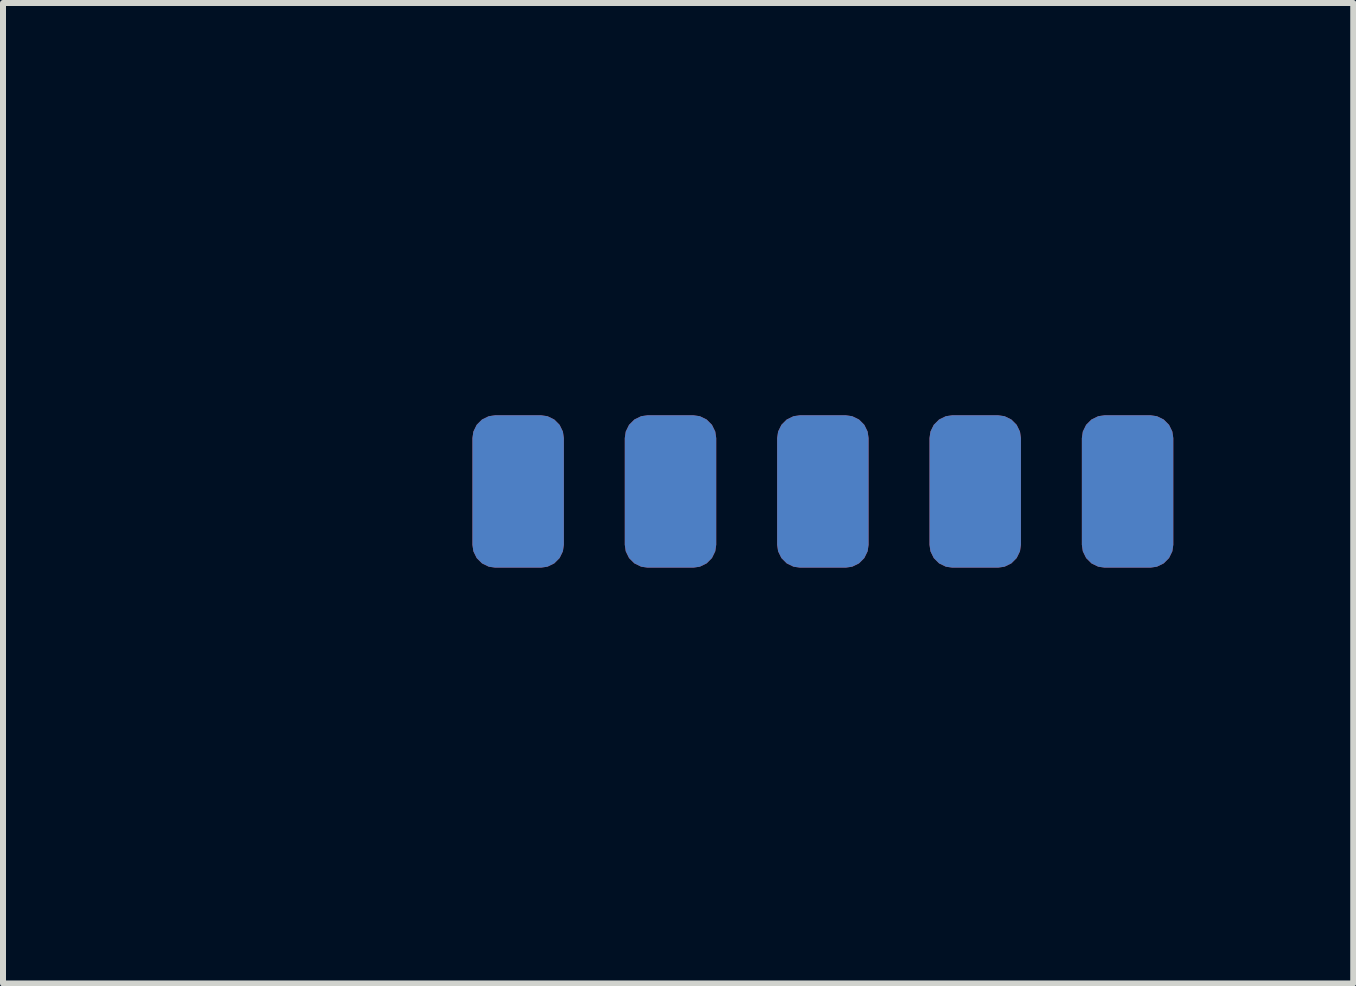
<source format=kicad_pcb>
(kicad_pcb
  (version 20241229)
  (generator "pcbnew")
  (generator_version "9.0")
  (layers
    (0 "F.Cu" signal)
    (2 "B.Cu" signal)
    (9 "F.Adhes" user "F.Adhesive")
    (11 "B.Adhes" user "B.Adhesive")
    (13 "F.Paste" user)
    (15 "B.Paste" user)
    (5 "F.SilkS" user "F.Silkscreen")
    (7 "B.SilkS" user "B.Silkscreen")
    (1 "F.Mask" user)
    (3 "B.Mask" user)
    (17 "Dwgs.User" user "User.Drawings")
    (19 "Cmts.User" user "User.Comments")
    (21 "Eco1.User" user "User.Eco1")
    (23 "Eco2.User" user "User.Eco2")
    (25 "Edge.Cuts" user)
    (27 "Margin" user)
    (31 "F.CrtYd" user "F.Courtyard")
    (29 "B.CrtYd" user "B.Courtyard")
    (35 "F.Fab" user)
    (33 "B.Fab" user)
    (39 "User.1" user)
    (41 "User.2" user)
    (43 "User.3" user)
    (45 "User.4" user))
  (footprint "DAPLink-port"
    (layer "F.Cu")
    (at 5.588 5.143)
    (property "Reference" "DAPLink-port" (at -4.74 0.03 270) (layer "Eco2.User") (effects (font (size 1 1) (thickness 0.15))))
    (attr through_hole)
    (pad "1" smd roundrect (at 0 0) (size 1.524 2.54) (layers "F.Cu" "F.Mask" "F.Paste") (roundrect_rratio 0.25))
    (pad "2" smd roundrect (at 2.54 0) (size 1.524 2.54) (layers "F.Cu" "F.Mask" "F.Paste") (roundrect_rratio 0.25))
    (pad "3" smd roundrect (at 5.08 0) (size 1.524 2.54) (layers "F.Cu" "F.Mask" "F.Paste") (roundrect_rratio 0.25))
    (pad "4" smd roundrect (at 7.62 0) (size 1.524 2.54) (layers "F.Cu" "F.Mask" "F.Paste") (roundrect_rratio 0.25))
    (pad "5" smd roundrect (at 10.16 0) (size 1.524 2.54) (layers "F.Cu" "F.Mask" "F.Paste") (roundrect_rratio 0.25))
    (pad "6" smd roundrect (at 10.16 0) (size 1.524 2.54) (layers "B.Cu" "B.Mask" "B.Paste") (roundrect_rratio 0.25))
    (pad "7" smd roundrect (at 7.62 0) (size 1.524 2.54) (layers "B.Cu" "B.Mask" "B.Paste") (roundrect_rratio 0.25))
    (pad "8" smd roundrect (at 5.08 0) (size 1.524 2.54) (layers "B.Cu" "B.Mask" "B.Paste") (roundrect_rratio 0.25))
    (pad "9" smd roundrect (at 2.54 0) (size 1.524 2.54) (layers "B.Cu" "B.Mask" "B.Paste") (roundrect_rratio 0.25))
    (pad "10" smd roundrect (at 0 0) (size 1.524 2.54) (layers "B.Cu" "B.Mask" "B.Paste") (roundrect_rratio 0.25)))
  (gr_rect
    (start -3 -3)
    (end 19.51 13.345)
    (stroke (width 0.1) (type default))
    (fill no)
    (layer "Edge.Cuts")))
</source>
